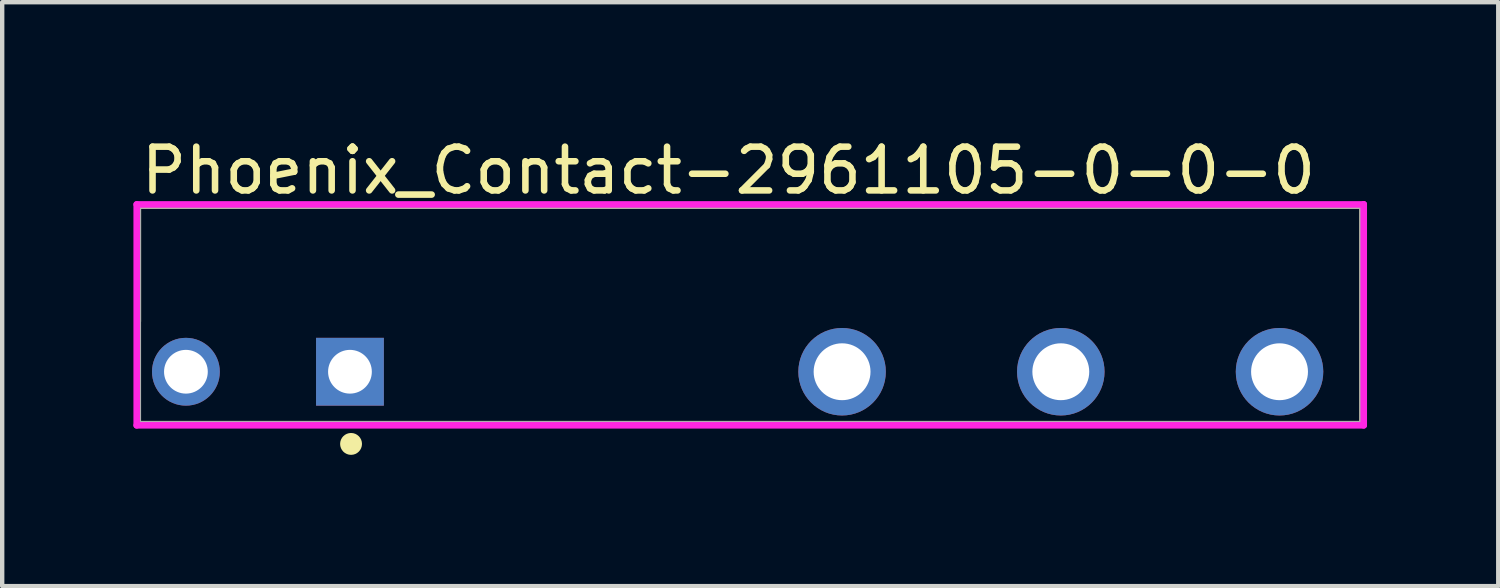
<source format=kicad_pcb>
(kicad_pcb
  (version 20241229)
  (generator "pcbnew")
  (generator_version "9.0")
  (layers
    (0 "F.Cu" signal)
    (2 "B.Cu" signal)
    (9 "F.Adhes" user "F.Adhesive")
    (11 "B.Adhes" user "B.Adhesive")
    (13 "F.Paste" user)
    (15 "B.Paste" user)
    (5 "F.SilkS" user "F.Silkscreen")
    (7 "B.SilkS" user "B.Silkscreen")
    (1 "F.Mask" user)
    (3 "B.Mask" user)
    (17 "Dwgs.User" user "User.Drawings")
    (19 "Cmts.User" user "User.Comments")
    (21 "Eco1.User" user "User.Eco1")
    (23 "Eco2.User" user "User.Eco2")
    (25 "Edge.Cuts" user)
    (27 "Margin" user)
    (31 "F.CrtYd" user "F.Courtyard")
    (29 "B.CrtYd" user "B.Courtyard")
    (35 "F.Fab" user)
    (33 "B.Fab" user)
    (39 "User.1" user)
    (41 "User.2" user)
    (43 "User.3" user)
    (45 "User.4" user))
  (footprint "Phoenix_Contact-2961105-0-0-0"
    (layer "F.Cu")
    (at 14.1 4.148)
    (property "Reference" "Phoenix_Contact-2961105-0-0-0" (at -14 -3.3 0) (layer "F.SilkS") (effects (font (size 1 1) (thickness 0.15)) (justify left)))
    (attr through_hole)
    (fp_line (start -14 -2.5) (end 14 -2.5) (stroke (width 0.15) (type solid)) (layer "F.SilkS"))
    (fp_line (start -14 0.15) (end -14 -2.5) (stroke (width 0.15) (type solid)) (layer "F.SilkS"))
    (fp_line (start -14 2.5) (end -14 2.45) (stroke (width 0.15) (type solid)) (layer "F.SilkS"))
    (fp_line (start -14 2.5) (end 14 2.5) (stroke (width 0.15) (type solid)) (layer "F.SilkS"))
    (fp_line (start 14 2.5) (end 14 -2.5) (stroke (width 0.15) (type solid)) (layer "F.SilkS"))
    (fp_circle (center -9.125 2.95) (end -9 2.95) (stroke (width 0.25) (type solid)) (fill no) (layer "F.SilkS"))
    (fp_line (start -14.025 -2.525) (end -14.025 2.525) (stroke (width 0.15) (type solid)) (layer "F.CrtYd"))
    (fp_line (start -14.025 2.525) (end 14.025 2.525) (stroke (width 0.15) (type solid)) (layer "F.CrtYd"))
    (fp_line (start 14.025 -2.525) (end -14.025 -2.525) (stroke (width 0.15) (type solid)) (layer "F.CrtYd"))
    (fp_line (start 14.025 -2.525) (end 14.025 -2.525) (stroke (width 0.15) (type solid)) (layer "F.CrtYd"))
    (fp_line (start 14.025 2.525) (end 14.025 -2.525) (stroke (width 0.15) (type solid)) (layer "F.CrtYd"))
    (fp_line (start -14 -2.5) (end 14 -2.5) (stroke (width 0.15) (type solid)) (layer "F.Fab"))
    (fp_line (start -14 2.5) (end -14 -2.5) (stroke (width 0.15) (type solid)) (layer "F.Fab"))
    (fp_line (start 14 -2.5) (end 14 2.5) (stroke (width 0.15) (type solid)) (layer "F.Fab"))
    (fp_line (start 14 2.5) (end -14 2.5) (stroke (width 0.15) (type solid)) (layer "F.Fab"))
    (pad "11" thru_hole circle (at 7.1 1.3) (size 2 2) (drill 1.3) (layers "*.Cu"))
    (pad "12" thru_hole circle (at 2.1 1.3) (size 2 2) (drill 1.3) (layers "*.Cu"))
    (pad "14" thru_hole circle (at 12.1 1.3) (size 2 2) (drill 1.3) (layers "*.Cu"))
    (pad "A1" thru_hole rect (at -9.15 1.3) (size 1.55 1.55) (drill 1) (layers "*.Cu"))
    (pad "A2" thru_hole circle (at -12.9 1.3) (size 1.55 1.55) (drill 1) (layers "*.Cu")))
  (gr_rect
    (start -3 -3)
    (end 31.2 10.348)
    (stroke (width 0.1) (type default))
    (fill no)
    (layer "Edge.Cuts")))
</source>
